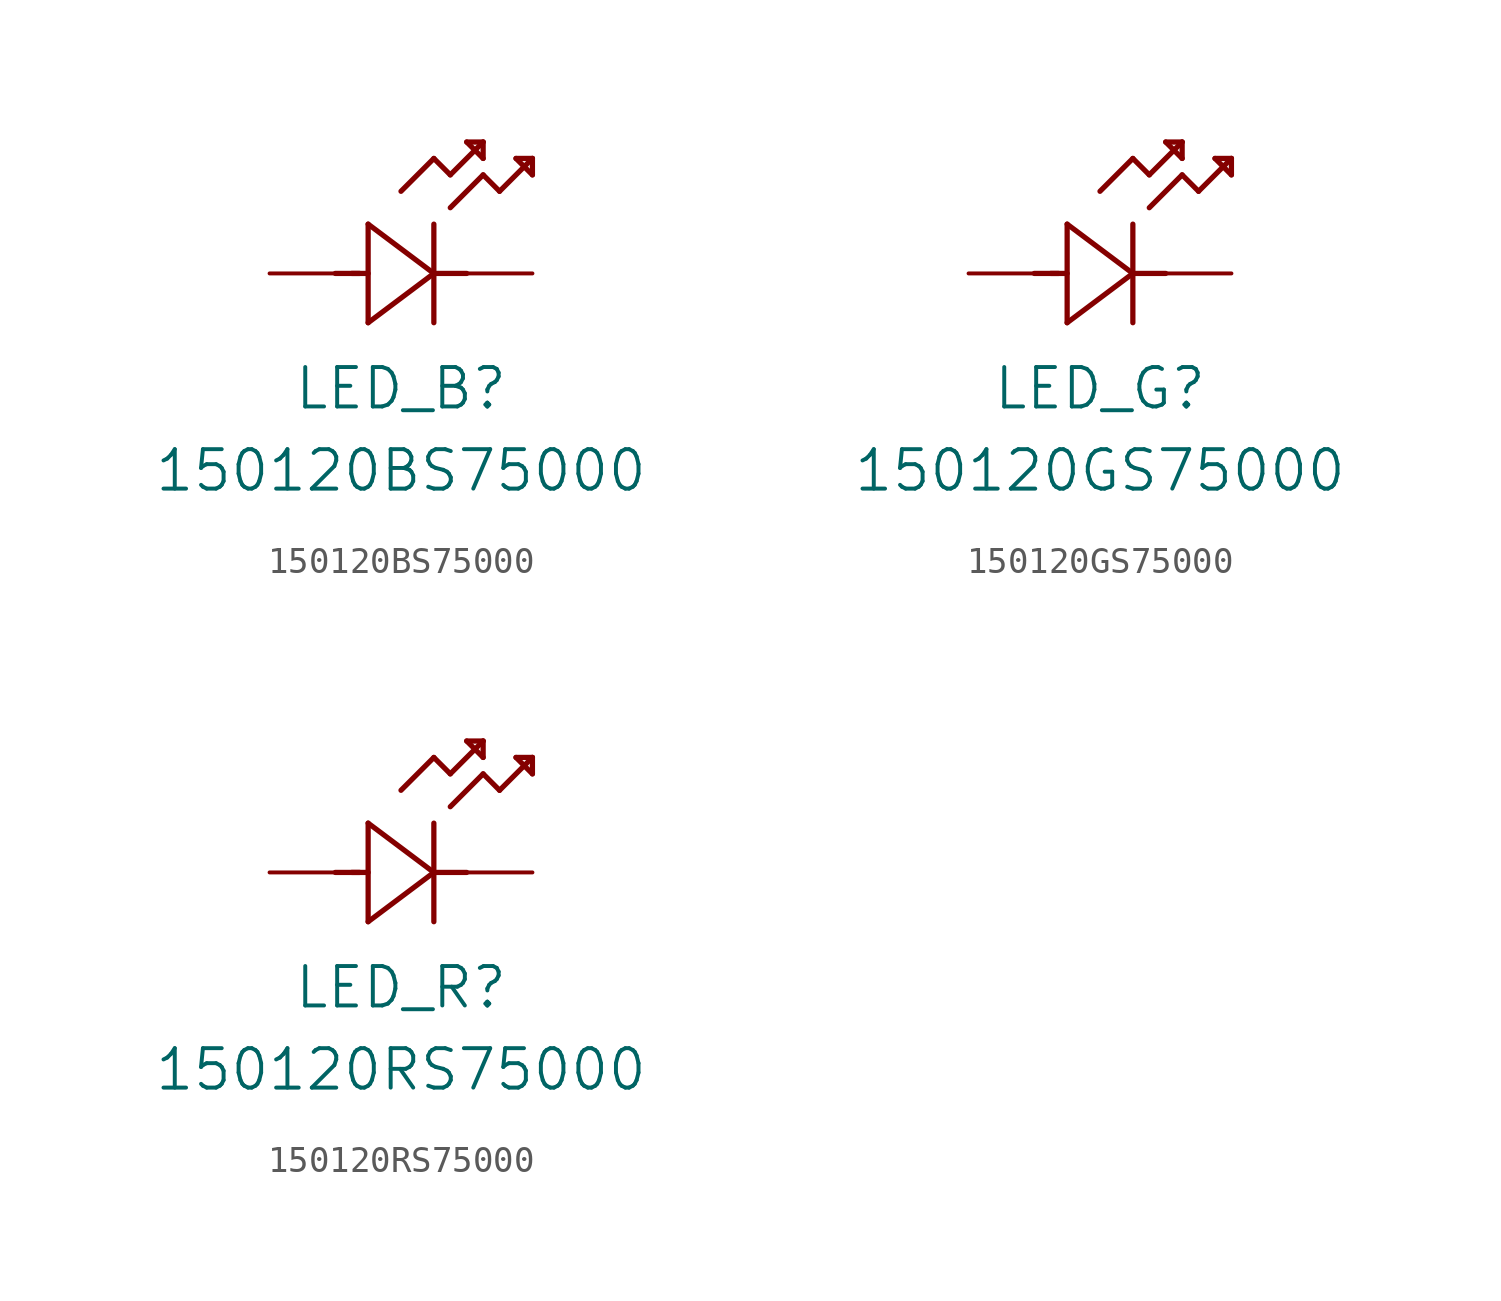
<source format=kicad_sym>
(kicad_symbol_lib
  (version 20211014)
  (generator kicad_symbol_editor)
  (symbol "150120BS75000"
    (pin_numbers hide)
    (pin_names hide)
    (property "Reference" "LED_B"
      (at 5.08 -4.445 0)
      (effects (font (size 1.524 1.524))))
    (property "Value" "150120BS75000"
      (at 5.08 -7.62 0)
      (effects (font (size 1.524 1.524))))
    (property "Datasheet" ""
      (at 0 0 0)
      (effects (font (size 1.524 1.524))))
    (symbol "150120BS75000_1_1"
      (polyline (pts (xy 2.54 0) (xy 3.48 0)) (stroke (width 0.203) (type default) (color 0 0 0 0)) (fill (type none)))
      (polyline (pts (xy 3.175 0) (xy 3.81 0)) (stroke (width 0.203) (type default) (color 0 0 0 0)) (fill (type none)))
      (polyline (pts (xy 3.81 -1.905) (xy 6.35 0)) (stroke (width 0.203) (type default) (color 0 0 0 0)) (fill (type none)))
      (polyline (pts (xy 3.81 1.905) (xy 3.81 -1.905)) (stroke (width 0.203) (type default) (color 0 0 0 0)) (fill (type none)))
      (polyline (pts (xy 5.08 3.175) (xy 6.35 4.445)) (stroke (width 0.203) (type default) (color 0 0 0 0)) (fill (type none)))
      (polyline (pts (xy 6.35 -1.905) (xy 6.35 1.905)) (stroke (width 0.203) (type default) (color 0 0 0 0)) (fill (type none)))
      (polyline (pts (xy 6.35 0) (xy 3.81 1.905)) (stroke (width 0.203) (type default) (color 0 0 0 0)) (fill (type none)))
      (polyline (pts (xy 6.35 0) (xy 7.62 0)) (stroke (width 0.203) (type default) (color 0 0 0 0)) (fill (type none)))
      (polyline (pts (xy 6.35 4.445) (xy 6.985 3.81)) (stroke (width 0.203) (type default) (color 0 0 0 0)) (fill (type none)))
      (polyline (pts (xy 6.985 2.54) (xy 8.255 3.81)) (stroke (width 0.203) (type default) (color 0 0 0 0)) (fill (type none)))
      (polyline (pts (xy 6.985 3.81) (xy 8.255 5.08)) (stroke (width 0.203) (type default) (color 0 0 0 0)) (fill (type none)))
      (polyline (pts (xy 7.62 5.08) (xy 8.255 4.445)) (stroke (width 0.203) (type default) (color 0 0 0 0)) (fill (type none)))
      (polyline (pts (xy 8.255 3.81) (xy 8.89 3.175)) (stroke (width 0.203) (type default) (color 0 0 0 0)) (fill (type none)))
      (polyline (pts (xy 8.255 4.445) (xy 8.255 5.08)) (stroke (width 0.203) (type default) (color 0 0 0 0)) (fill (type none)))
      (polyline (pts (xy 8.255 5.08) (xy 7.62 5.08)) (stroke (width 0.203) (type default) (color 0 0 0 0)) (fill (type none)))
      (polyline (pts (xy 8.89 3.175) (xy 10.16 4.445)) (stroke (width 0.203) (type default) (color 0 0 0 0)) (fill (type none)))
      (polyline (pts (xy 9.525 4.445) (xy 10.16 3.81)) (stroke (width 0.203) (type default) (color 0 0 0 0)) (fill (type none)))
      (polyline (pts (xy 10.16 3.81) (xy 10.16 4.445)) (stroke (width 0.203) (type default) (color 0 0 0 0)) (fill (type none)))
      (polyline (pts (xy 10.16 4.445) (xy 9.525 4.445)) (stroke (width 0.203) (type default) (color 0 0 0 0)) (fill (type none)))
      (pin unspecified line (at 10.16 0 180) (length 2.54) (name "1" (effects (font (size 1.499 1.499)))) (number "1" (effects (font (size 1.499 1.499)))))
      (pin unspecified line (at 0 0 0) (length 2.54) (name "2" (effects (font (size 1.499 1.499)))) (number "2" (effects (font (size 1.499 1.499)))))))
  (symbol "150120GS75000"
    (pin_numbers hide)
    (pin_names hide)
    (property "Reference" "LED_G"
      (at 5.08 -4.445 0)
      (effects (font (size 1.524 1.524))))
    (property "Value" "150120GS75000"
      (at 5.08 -7.62 0)
      (effects (font (size 1.524 1.524))))
    (property "Datasheet" ""
      (at 0 0 0)
      (effects (font (size 1.524 1.524))))
    (symbol "150120GS75000_1_1"
      (polyline (pts (xy 2.54 0) (xy 3.48 0)) (stroke (width 0.203) (type default) (color 0 0 0 0)) (fill (type none)))
      (polyline (pts (xy 3.175 0) (xy 3.81 0)) (stroke (width 0.203) (type default) (color 0 0 0 0)) (fill (type none)))
      (polyline (pts (xy 3.81 -1.905) (xy 6.35 0)) (stroke (width 0.203) (type default) (color 0 0 0 0)) (fill (type none)))
      (polyline (pts (xy 3.81 1.905) (xy 3.81 -1.905)) (stroke (width 0.203) (type default) (color 0 0 0 0)) (fill (type none)))
      (polyline (pts (xy 5.08 3.175) (xy 6.35 4.445)) (stroke (width 0.203) (type default) (color 0 0 0 0)) (fill (type none)))
      (polyline (pts (xy 6.35 -1.905) (xy 6.35 1.905)) (stroke (width 0.203) (type default) (color 0 0 0 0)) (fill (type none)))
      (polyline (pts (xy 6.35 0) (xy 3.81 1.905)) (stroke (width 0.203) (type default) (color 0 0 0 0)) (fill (type none)))
      (polyline (pts (xy 6.35 0) (xy 7.62 0)) (stroke (width 0.203) (type default) (color 0 0 0 0)) (fill (type none)))
      (polyline (pts (xy 6.35 4.445) (xy 6.985 3.81)) (stroke (width 0.203) (type default) (color 0 0 0 0)) (fill (type none)))
      (polyline (pts (xy 6.985 2.54) (xy 8.255 3.81)) (stroke (width 0.203) (type default) (color 0 0 0 0)) (fill (type none)))
      (polyline (pts (xy 6.985 3.81) (xy 8.255 5.08)) (stroke (width 0.203) (type default) (color 0 0 0 0)) (fill (type none)))
      (polyline (pts (xy 7.62 5.08) (xy 8.255 4.445)) (stroke (width 0.203) (type default) (color 0 0 0 0)) (fill (type none)))
      (polyline (pts (xy 8.255 3.81) (xy 8.89 3.175)) (stroke (width 0.203) (type default) (color 0 0 0 0)) (fill (type none)))
      (polyline (pts (xy 8.255 4.445) (xy 8.255 5.08)) (stroke (width 0.203) (type default) (color 0 0 0 0)) (fill (type none)))
      (polyline (pts (xy 8.255 5.08) (xy 7.62 5.08)) (stroke (width 0.203) (type default) (color 0 0 0 0)) (fill (type none)))
      (polyline (pts (xy 8.89 3.175) (xy 10.16 4.445)) (stroke (width 0.203) (type default) (color 0 0 0 0)) (fill (type none)))
      (polyline (pts (xy 9.525 4.445) (xy 10.16 3.81)) (stroke (width 0.203) (type default) (color 0 0 0 0)) (fill (type none)))
      (polyline (pts (xy 10.16 3.81) (xy 10.16 4.445)) (stroke (width 0.203) (type default) (color 0 0 0 0)) (fill (type none)))
      (polyline (pts (xy 10.16 4.445) (xy 9.525 4.445)) (stroke (width 0.203) (type default) (color 0 0 0 0)) (fill (type none)))
      (pin unspecified line (at 10.16 0 180) (length 2.54) (name "1" (effects (font (size 1.499 1.499)))) (number "1" (effects (font (size 1.499 1.499)))))
      (pin unspecified line (at 0 0 0) (length 2.54) (name "2" (effects (font (size 1.499 1.499)))) (number "2" (effects (font (size 1.499 1.499)))))))
  (symbol "150120RS75000"
    (pin_numbers hide)
    (pin_names hide)
    (property "Reference" "LED_R"
      (at 5.08 -4.445 0)
      (effects (font (size 1.524 1.524))))
    (property "Value" "150120RS75000"
      (at 5.08 -7.62 0)
      (effects (font (size 1.524 1.524))))
    (property "Datasheet" ""
      (at 0 0 0)
      (effects (font (size 1.524 1.524))))
    (symbol "150120RS75000_1_1"
      (polyline (pts (xy 2.54 0) (xy 3.48 0)) (stroke (width 0.203) (type default) (color 0 0 0 0)) (fill (type none)))
      (polyline (pts (xy 3.175 0) (xy 3.81 0)) (stroke (width 0.203) (type default) (color 0 0 0 0)) (fill (type none)))
      (polyline (pts (xy 3.81 -1.905) (xy 6.35 0)) (stroke (width 0.203) (type default) (color 0 0 0 0)) (fill (type none)))
      (polyline (pts (xy 3.81 1.905) (xy 3.81 -1.905)) (stroke (width 0.203) (type default) (color 0 0 0 0)) (fill (type none)))
      (polyline (pts (xy 5.08 3.175) (xy 6.35 4.445)) (stroke (width 0.203) (type default) (color 0 0 0 0)) (fill (type none)))
      (polyline (pts (xy 6.35 -1.905) (xy 6.35 1.905)) (stroke (width 0.203) (type default) (color 0 0 0 0)) (fill (type none)))
      (polyline (pts (xy 6.35 0) (xy 3.81 1.905)) (stroke (width 0.203) (type default) (color 0 0 0 0)) (fill (type none)))
      (polyline (pts (xy 6.35 0) (xy 7.62 0)) (stroke (width 0.203) (type default) (color 0 0 0 0)) (fill (type none)))
      (polyline (pts (xy 6.35 4.445) (xy 6.985 3.81)) (stroke (width 0.203) (type default) (color 0 0 0 0)) (fill (type none)))
      (polyline (pts (xy 6.985 2.54) (xy 8.255 3.81)) (stroke (width 0.203) (type default) (color 0 0 0 0)) (fill (type none)))
      (polyline (pts (xy 6.985 3.81) (xy 8.255 5.08)) (stroke (width 0.203) (type default) (color 0 0 0 0)) (fill (type none)))
      (polyline (pts (xy 7.62 5.08) (xy 8.255 4.445)) (stroke (width 0.203) (type default) (color 0 0 0 0)) (fill (type none)))
      (polyline (pts (xy 8.255 3.81) (xy 8.89 3.175)) (stroke (width 0.203) (type default) (color 0 0 0 0)) (fill (type none)))
      (polyline (pts (xy 8.255 4.445) (xy 8.255 5.08)) (stroke (width 0.203) (type default) (color 0 0 0 0)) (fill (type none)))
      (polyline (pts (xy 8.255 5.08) (xy 7.62 5.08)) (stroke (width 0.203) (type default) (color 0 0 0 0)) (fill (type none)))
      (polyline (pts (xy 8.89 3.175) (xy 10.16 4.445)) (stroke (width 0.203) (type default) (color 0 0 0 0)) (fill (type none)))
      (polyline (pts (xy 9.525 4.445) (xy 10.16 3.81)) (stroke (width 0.203) (type default) (color 0 0 0 0)) (fill (type none)))
      (polyline (pts (xy 10.16 3.81) (xy 10.16 4.445)) (stroke (width 0.203) (type default) (color 0 0 0 0)) (fill (type none)))
      (polyline (pts (xy 10.16 4.445) (xy 9.525 4.445)) (stroke (width 0.203) (type default) (color 0 0 0 0)) (fill (type none)))
      (pin unspecified line (at 10.16 0 180) (length 2.54) (name "1" (effects (font (size 1.499 1.499)))) (number "1" (effects (font (size 1.499 1.499)))))
      (pin unspecified line (at 0 0 0) (length 2.54) (name "2" (effects (font (size 1.499 1.499)))) (number "2" (effects (font (size 1.499 1.499))))))))
</source>
